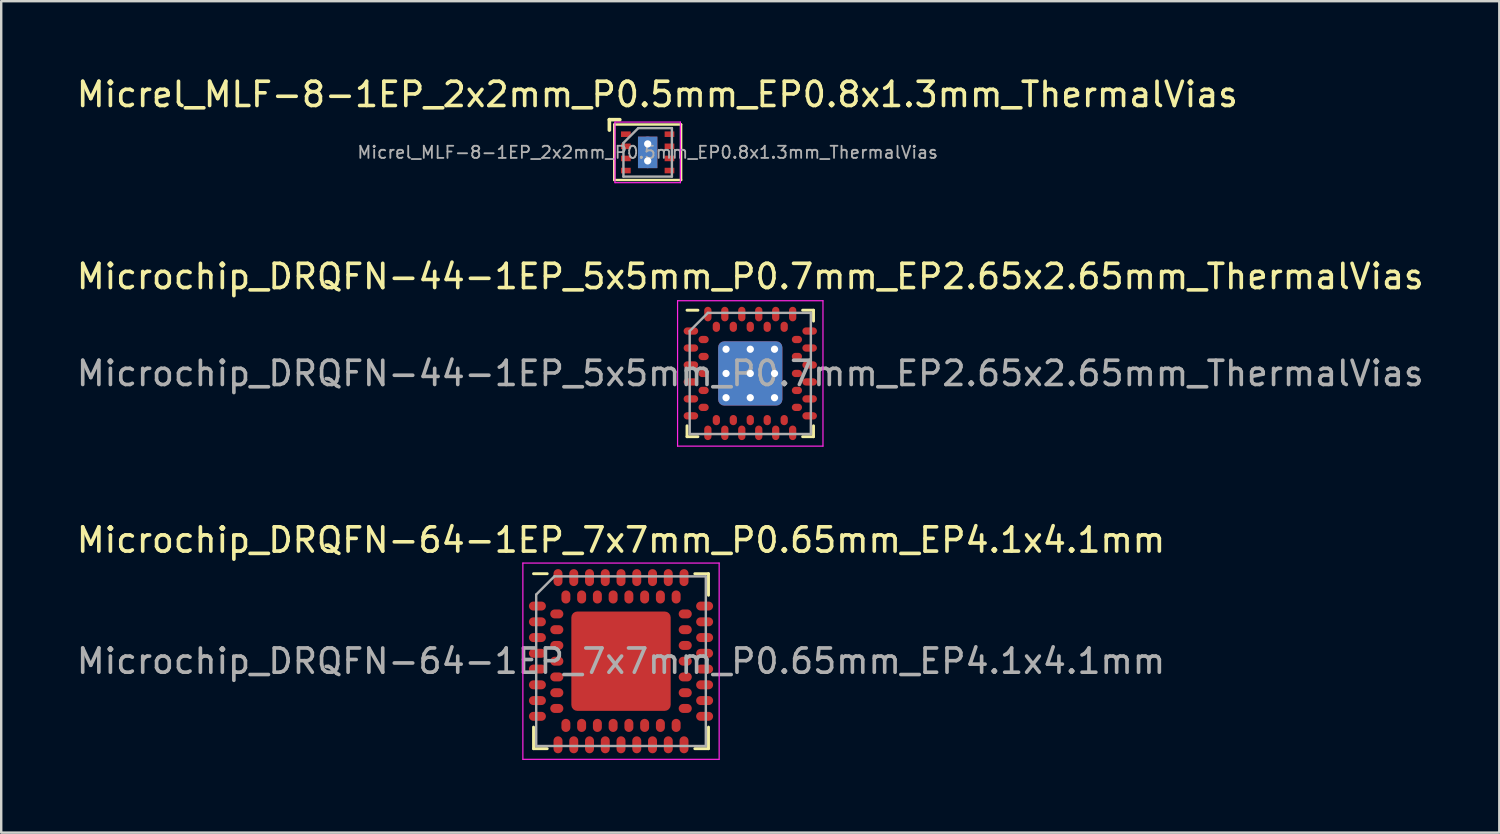
<source format=kicad_pcb>
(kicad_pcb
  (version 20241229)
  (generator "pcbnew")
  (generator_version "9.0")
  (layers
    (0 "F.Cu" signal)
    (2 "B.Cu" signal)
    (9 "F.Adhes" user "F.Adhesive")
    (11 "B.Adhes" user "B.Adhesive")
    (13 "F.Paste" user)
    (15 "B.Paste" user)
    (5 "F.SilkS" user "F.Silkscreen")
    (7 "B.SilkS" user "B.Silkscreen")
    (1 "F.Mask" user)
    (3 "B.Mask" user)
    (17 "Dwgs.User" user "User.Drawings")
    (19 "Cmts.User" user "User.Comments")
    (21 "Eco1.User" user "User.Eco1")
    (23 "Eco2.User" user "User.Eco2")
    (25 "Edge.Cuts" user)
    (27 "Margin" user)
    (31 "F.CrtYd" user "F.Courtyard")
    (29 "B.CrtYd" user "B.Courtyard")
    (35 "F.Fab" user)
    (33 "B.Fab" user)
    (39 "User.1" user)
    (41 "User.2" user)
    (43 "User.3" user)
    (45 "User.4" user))
  (footprint "Micrel_MLF-8-1EP_2x2mm_P0.5mm_EP0.8x1.3mm_ThermalVias"
    (layer "F.Cu")
    (at 23.677 3.238)
    (property "Reference" "Micrel_MLF-8-1EP_2x2mm_P0.5mm_EP0.8x1.3mm_ThermalVias" (at 0.4 -2.39 0) (layer "F.SilkS") (effects (font (size 1 1) (thickness 0.15))))
    (attr smd)
    (fp_line (start -1.58 -0.92) (end -1.58 -1.35) (stroke (width 0.15) (type solid)) (layer "F.SilkS"))
    (fp_line (start -1.38 -1.15) (end -1.38 1.14) (stroke (width 0.1) (type solid)) (layer "F.SilkS"))
    (fp_line (start -1.38 -1.15) (end 1.38 -1.15) (stroke (width 0.1) (type solid)) (layer "F.SilkS"))
    (fp_line (start -1.15 -1.35) (end -1.58 -1.35) (stroke (width 0.15) (type solid)) (layer "F.SilkS"))
    (fp_line (start 1.38 -1.15) (end 1.38 1.14) (stroke (width 0.1) (type solid)) (layer "F.SilkS"))
    (fp_line (start 1.38 1.14) (end -1.38 1.14) (stroke (width 0.1) (type solid)) (layer "F.SilkS"))
    (fp_line (start -1.35 -1.25) (end -1.35 1.25) (stroke (width 0.05) (type solid)) (layer "F.CrtYd"))
    (fp_line (start -1.35 -1.25) (end 1.35 -1.25) (stroke (width 0.05) (type solid)) (layer "F.CrtYd"))
    (fp_line (start 1.35 1.25) (end -1.35 1.25) (stroke (width 0.05) (type solid)) (layer "F.CrtYd"))
    (fp_line (start 1.35 1.25) (end 1.35 -1.25) (stroke (width 0.05) (type solid)) (layer "F.CrtYd"))
    (fp_line (start -1 -0.39) (end -0.39 -1) (stroke (width 0.1) (type solid)) (layer "F.Fab"))
    (fp_line (start -1 -0.38) (end -1 1) (stroke (width 0.1) (type solid)) (layer "F.Fab"))
    (fp_line (start -0.39 -1) (end 1 -1) (stroke (width 0.1) (type solid)) (layer "F.Fab"))
    (fp_line (start 1 1) (end -1 1) (stroke (width 0.1) (type solid)) (layer "F.Fab"))
    (fp_line (start 1 1) (end 1 -1) (stroke (width 0.1) (type solid)) (layer "F.Fab"))
    (fp_text user "${REFERENCE}" (at 0 0 0) (layer "F.Fab") (effects (font (size 0.5 0.5) (thickness 0.075))))
    (pad "" smd rect (at 0 -0.35) (size 0.55 0.55) (layers "F.Paste"))
    (pad "" smd rect (at 0 0.35) (size 0.55 0.55) (layers "F.Paste"))
    (pad "1" smd rect (at -0.9 -0.75) (size 0.4 0.23) (layers "F.Cu" "F.Mask" "F.Paste"))
    (pad "2" smd rect (at -0.9 -0.25) (size 0.4 0.23) (layers "F.Cu" "F.Mask" "F.Paste"))
    (pad "3" smd rect (at -0.9 0.25) (size 0.4 0.23) (layers "F.Cu" "F.Mask" "F.Paste"))
    (pad "4" smd rect (at -0.9 0.75) (size 0.4 0.23) (layers "F.Cu" "F.Mask" "F.Paste"))
    (pad "5" smd rect (at 0.9 0.75) (size 0.4 0.23) (layers "F.Cu" "F.Mask" "F.Paste"))
    (pad "6" smd rect (at 0.9 0.25) (size 0.4 0.23) (layers "F.Cu" "F.Mask" "F.Paste"))
    (pad "7" smd rect (at 0.9 -0.25) (size 0.4 0.23) (layers "F.Cu" "F.Mask" "F.Paste"))
    (pad "8" smd rect (at 0.9 -0.75) (size 0.4 0.23) (layers "F.Cu" "F.Mask" "F.Paste"))
    (pad "9" thru_hole circle (at 0 -0.35) (size 0.6 0.6) (drill 0.3) (layers "*.Cu"))
    (pad "9" smd rect (at 0 0) (size 0.8 1.3) (layers "F.Cu" "F.Mask"))
    (pad "9" smd rect (at 0 0) (size 0.8 1.3) (layers "B.Cu"))
    (pad "9" thru_hole circle (at 0 0.35) (size 0.6 0.6) (drill 0.3) (layers "*.Cu")))
  (footprint "Microchip_DRQFN-64-1EP_7x7mm_P0.65mm_EP4.1x4.1mm"
    (layer "F.Cu")
    (at 22.577 24.235)
    (property "Reference" "Microchip_DRQFN-64-1EP_7x7mm_P0.65mm_EP4.1x4.1mm" (at 0 -5 0) (layer "F.SilkS") (effects (font (size 1 1) (thickness 0.15))))
    (attr smd)
    (fp_line (start -3.61 3.61) (end -3.61 2.72) (stroke (width 0.12) (type solid)) (layer "F.SilkS"))
    (fp_line (start -3.045 -3.61) (end -3.61 -3.61) (stroke (width 0.12) (type solid)) (layer "F.SilkS"))
    (fp_line (start -3.045 3.61) (end -3.61 3.61) (stroke (width 0.12) (type solid)) (layer "F.SilkS"))
    (fp_line (start 3.045 -3.61) (end 3.61 -3.61) (stroke (width 0.12) (type solid)) (layer "F.SilkS"))
    (fp_line (start 3.61 -3.61) (end 3.61 -2.72) (stroke (width 0.12) (type solid)) (layer "F.SilkS"))
    (fp_line (start 3.61 2.72) (end 3.61 3.61) (stroke (width 0.12) (type solid)) (layer "F.SilkS"))
    (fp_line (start 3.61 3.61) (end 3.045 3.61) (stroke (width 0.12) (type solid)) (layer "F.SilkS"))
    (fp_line (start -4.05 -4.05) (end 4.05 -4.05) (stroke (width 0.05) (type solid)) (layer "F.CrtYd"))
    (fp_line (start -4.05 4.05) (end -4.05 -4.05) (stroke (width 0.05) (type solid)) (layer "F.CrtYd"))
    (fp_line (start 4.05 -4.05) (end 4.05 4.05) (stroke (width 0.05) (type solid)) (layer "F.CrtYd"))
    (fp_line (start 4.05 4.05) (end -4.05 4.05) (stroke (width 0.05) (type solid)) (layer "F.CrtYd"))
    (fp_line (start -3.5 -2.75) (end -2.75 -3.5) (stroke (width 0.1) (type solid)) (layer "F.Fab"))
    (fp_line (start -3.5 3.5) (end -3.5 -2.75) (stroke (width 0.1) (type solid)) (layer "F.Fab"))
    (fp_line (start -2.75 -3.5) (end 3.5 -3.5) (stroke (width 0.1) (type solid)) (layer "F.Fab"))
    (fp_line (start 3.5 -3.5) (end 3.5 3.5) (stroke (width 0.1) (type solid)) (layer "F.Fab"))
    (fp_line (start 3.5 3.5) (end -3.5 3.5) (stroke (width 0.1) (type solid)) (layer "F.Fab"))
    (fp_text user "${REFERENCE}" (at 0 0 0) (layer "F.Fab") (effects (font (size 1 1) (thickness 0.15))))
    (pad "" smd roundrect (at -1.3 -1.3) (size 1.15 1.15) (layers "F.Paste") (roundrect_rratio 0.1))
    (pad "" smd roundrect (at -1.3 0) (size 1.15 1.15) (layers "F.Paste") (roundrect_rratio 0.1))
    (pad "" smd roundrect (at -1.3 1.3) (size 1.15 1.15) (layers "F.Paste") (roundrect_rratio 0.1))
    (pad "" smd roundrect (at 0 -1.3) (size 1.15 1.15) (layers "F.Paste") (roundrect_rratio 0.1))
    (pad "" smd roundrect (at 0 0) (size 1.15 1.15) (layers "F.Paste") (roundrect_rratio 0.1))
    (pad "" smd roundrect (at 0 1.3) (size 1.15 1.15) (layers "F.Paste") (roundrect_rratio 0.1))
    (pad "" smd roundrect (at 1.3 -1.3) (size 1.15 1.15) (layers "F.Paste") (roundrect_rratio 0.1))
    (pad "" smd roundrect (at 1.3 0) (size 1.15 1.15) (layers "F.Paste") (roundrect_rratio 0.1))
    (pad "" smd roundrect (at 1.3 1.3) (size 1.15 1.15) (layers "F.Paste") (roundrect_rratio 0.1))
    (pad "A1" smd oval (at -3.45 -2.275) (size 0.7 0.37) (layers "F.Cu" "F.Mask" "F.Paste"))
    (pad "A2" smd oval (at -3.45 -1.625) (size 0.7 0.37) (layers "F.Cu" "F.Mask" "F.Paste"))
    (pad "A3" smd oval (at -3.45 -0.975) (size 0.7 0.37) (layers "F.Cu" "F.Mask" "F.Paste"))
    (pad "A4" smd oval (at -3.45 -0.325) (size 0.7 0.37) (layers "F.Cu" "F.Mask" "F.Paste"))
    (pad "A5" smd oval (at -3.45 0.325) (size 0.7 0.37) (layers "F.Cu" "F.Mask" "F.Paste"))
    (pad "A6" smd oval (at -3.45 0.975) (size 0.7 0.37) (layers "F.Cu" "F.Mask" "F.Paste"))
    (pad "A7" smd oval (at -3.45 1.625) (size 0.7 0.37) (layers "F.Cu" "F.Mask" "F.Paste"))
    (pad "A8" smd oval (at -3.45 2.275) (size 0.7 0.37) (layers "F.Cu" "F.Mask" "F.Paste"))
    (pad "A9" smd oval (at -2.6 3.45) (size 0.37 0.7) (layers "F.Cu" "F.Mask" "F.Paste"))
    (pad "A10" smd oval (at -1.95 3.45) (size 0.37 0.7) (layers "F.Cu" "F.Mask" "F.Paste"))
    (pad "A11" smd oval (at -1.3 3.45) (size 0.37 0.7) (layers "F.Cu" "F.Mask" "F.Paste"))
    (pad "A12" smd oval (at -0.65 3.45) (size 0.37 0.7) (layers "F.Cu" "F.Mask" "F.Paste"))
    (pad "A13" smd oval (at 0 3.45) (size 0.37 0.7) (layers "F.Cu" "F.Mask" "F.Paste"))
    (pad "A14" smd oval (at 0.65 3.45) (size 0.37 0.7) (layers "F.Cu" "F.Mask" "F.Paste"))
    (pad "A15" smd oval (at 1.3 3.45) (size 0.37 0.7) (layers "F.Cu" "F.Mask" "F.Paste"))
    (pad "A16" smd oval (at 1.95 3.45) (size 0.37 0.7) (layers "F.Cu" "F.Mask" "F.Paste"))
    (pad "A17" smd oval (at 2.6 3.45) (size 0.37 0.7) (layers "F.Cu" "F.Mask" "F.Paste"))
    (pad "A18" smd oval (at 3.45 2.275) (size 0.7 0.37) (layers "F.Cu" "F.Mask" "F.Paste"))
    (pad "A19" smd oval (at 3.45 1.625) (size 0.7 0.37) (layers "F.Cu" "F.Mask" "F.Paste"))
    (pad "A20" smd oval (at 3.45 0.975) (size 0.7 0.37) (layers "F.Cu" "F.Mask" "F.Paste"))
    (pad "A21" smd oval (at 3.45 0.325) (size 0.7 0.37) (layers "F.Cu" "F.Mask" "F.Paste"))
    (pad "A22" smd oval (at 3.45 -0.325) (size 0.7 0.37) (layers "F.Cu" "F.Mask" "F.Paste"))
    (pad "A23" smd oval (at 3.45 -0.975) (size 0.7 0.37) (layers "F.Cu" "F.Mask" "F.Paste"))
    (pad "A24" smd oval (at 3.45 -1.625) (size 0.7 0.37) (layers "F.Cu" "F.Mask" "F.Paste"))
    (pad "A25" smd oval (at 3.45 -2.275) (size 0.7 0.37) (layers "F.Cu" "F.Mask" "F.Paste"))
    (pad "A26" smd oval (at 2.6 -3.45) (size 0.37 0.7) (layers "F.Cu" "F.Mask" "F.Paste"))
    (pad "A27" smd oval (at 1.95 -3.45) (size 0.37 0.7) (layers "F.Cu" "F.Mask" "F.Paste"))
    (pad "A28" smd oval (at 1.3 -3.45) (size 0.37 0.7) (layers "F.Cu" "F.Mask" "F.Paste"))
    (pad "A29" smd oval (at 0.65 -3.45) (size 0.37 0.7) (layers "F.Cu" "F.Mask" "F.Paste"))
    (pad "A30" smd oval (at 0 -3.45) (size 0.37 0.7) (layers "F.Cu" "F.Mask" "F.Paste"))
    (pad "A31" smd oval (at -0.65 -3.45) (size 0.37 0.7) (layers "F.Cu" "F.Mask" "F.Paste"))
    (pad "A32" smd oval (at -1.3 -3.45) (size 0.37 0.7) (layers "F.Cu" "F.Mask" "F.Paste"))
    (pad "A33" smd oval (at -1.95 -3.45) (size 0.37 0.7) (layers "F.Cu" "F.Mask" "F.Paste"))
    (pad "A34" smd oval (at -2.6 -3.45) (size 0.37 0.7) (layers "F.Cu" "F.Mask" "F.Paste"))
    (pad "B1" smd oval (at -2.65 -1.95) (size 0.54 0.37) (layers "F.Cu" "F.Mask" "F.Paste"))
    (pad "B2" smd oval (at -2.65 -1.3) (size 0.54 0.37) (layers "F.Cu" "F.Mask" "F.Paste"))
    (pad "B3" smd oval (at -2.65 -0.65) (size 0.54 0.37) (layers "F.Cu" "F.Mask" "F.Paste"))
    (pad "B4" smd oval (at -2.65 0) (size 0.54 0.37) (layers "F.Cu" "F.Mask" "F.Paste"))
    (pad "B5" smd oval (at -2.65 0.65) (size 0.54 0.37) (layers "F.Cu" "F.Mask" "F.Paste"))
    (pad "B6" smd oval (at -2.65 1.3) (size 0.54 0.37) (layers "F.Cu" "F.Mask" "F.Paste"))
    (pad "B7" smd oval (at -2.65 1.95) (size 0.54 0.37) (layers "F.Cu" "F.Mask" "F.Paste"))
    (pad "B8" smd oval (at -2.275 2.65) (size 0.37 0.54) (layers "F.Cu" "F.Mask" "F.Paste"))
    (pad "B9" smd oval (at -1.625 2.65) (size 0.37 0.54) (layers "F.Cu" "F.Mask" "F.Paste"))
    (pad "B10" smd oval (at -0.975 2.65) (size 0.37 0.54) (layers "F.Cu" "F.Mask" "F.Paste"))
    (pad "B11" smd oval (at -0.325 2.65) (size 0.37 0.54) (layers "F.Cu" "F.Mask" "F.Paste"))
    (pad "B12" smd oval (at 0.325 2.65) (size 0.37 0.54) (layers "F.Cu" "F.Mask" "F.Paste"))
    (pad "B13" smd oval (at 0.975 2.65) (size 0.37 0.54) (layers "F.Cu" "F.Mask" "F.Paste"))
    (pad "B14" smd oval (at 1.625 2.65) (size 0.37 0.54) (layers "F.Cu" "F.Mask" "F.Paste"))
    (pad "B15" smd oval (at 2.275 2.65) (size 0.37 0.54) (layers "F.Cu" "F.Mask" "F.Paste"))
    (pad "B16" smd oval (at 2.65 1.95) (size 0.54 0.37) (layers "F.Cu" "F.Mask" "F.Paste"))
    (pad "B17" smd oval (at 2.65 1.3) (size 0.54 0.37) (layers "F.Cu" "F.Mask" "F.Paste"))
    (pad "B18" smd oval (at 2.65 0.65) (size 0.54 0.37) (layers "F.Cu" "F.Mask" "F.Paste"))
    (pad "B19" smd oval (at 2.65 0) (size 0.54 0.37) (layers "F.Cu" "F.Mask" "F.Paste"))
    (pad "B20" smd oval (at 2.65 -0.65) (size 0.54 0.37) (layers "F.Cu" "F.Mask" "F.Paste"))
    (pad "B21" smd oval (at 2.65 -1.3) (size 0.54 0.37) (layers "F.Cu" "F.Mask" "F.Paste"))
    (pad "B22" smd oval (at 2.65 -1.95) (size 0.54 0.37) (layers "F.Cu" "F.Mask" "F.Paste"))
    (pad "B23" smd oval (at 2.275 -2.65) (size 0.37 0.54) (layers "F.Cu" "F.Mask" "F.Paste"))
    (pad "B24" smd oval (at 1.625 -2.65) (size 0.37 0.54) (layers "F.Cu" "F.Mask" "F.Paste"))
    (pad "B25" smd oval (at 0.975 -2.65) (size 0.37 0.54) (layers "F.Cu" "F.Mask" "F.Paste"))
    (pad "B26" smd oval (at 0.325 -2.65) (size 0.37 0.54) (layers "F.Cu" "F.Mask" "F.Paste"))
    (pad "B27" smd oval (at -0.325 -2.65) (size 0.37 0.54) (layers "F.Cu" "F.Mask" "F.Paste"))
    (pad "B28" smd oval (at -0.975 -2.65) (size 0.37 0.54) (layers "F.Cu" "F.Mask" "F.Paste"))
    (pad "B29" smd oval (at -1.625 -2.65) (size 0.37 0.54) (layers "F.Cu" "F.Mask" "F.Paste"))
    (pad "B30" smd oval (at -2.275 -2.65) (size 0.37 0.54) (layers "F.Cu" "F.Mask" "F.Paste"))
    (pad "EP" smd roundrect (at 0 0) (size 4.1 4.1) (layers "F.Cu" "F.Mask") (roundrect_rratio 0.06)))
  (footprint "Microchip_DRQFN-44-1EP_5x5mm_P0.7mm_EP2.65x2.65mm_ThermalVias"
    (layer "F.Cu")
    (at 27.911 12.361)
    (property "Reference" "Microchip_DRQFN-44-1EP_5x5mm_P0.7mm_EP2.65x2.65mm_ThermalVias" (at 0 -4 0) (layer "F.SilkS") (effects (font (size 1 1) (thickness 0.15))))
    (attr smd)
    (fp_line (start -2.61 2.61) (end -2.61 2.16) (stroke (width 0.12) (type solid)) (layer "F.SilkS"))
    (fp_line (start -2.16 -2.61) (end -2.61 -2.61) (stroke (width 0.12) (type solid)) (layer "F.SilkS"))
    (fp_line (start -2.16 2.61) (end -2.61 2.61) (stroke (width 0.12) (type solid)) (layer "F.SilkS"))
    (fp_line (start 2.16 -2.61) (end 2.61 -2.61) (stroke (width 0.12) (type solid)) (layer "F.SilkS"))
    (fp_line (start 2.61 -2.61) (end 2.61 -2.16) (stroke (width 0.12) (type solid)) (layer "F.SilkS"))
    (fp_line (start 2.61 2.16) (end 2.61 2.61) (stroke (width 0.12) (type solid)) (layer "F.SilkS"))
    (fp_line (start 2.61 2.61) (end 2.16 2.61) (stroke (width 0.12) (type solid)) (layer "F.SilkS"))
    (fp_line (start -3 -3) (end 3 -3) (stroke (width 0.05) (type solid)) (layer "F.CrtYd"))
    (fp_line (start -3 3) (end -3 -3) (stroke (width 0.05) (type solid)) (layer "F.CrtYd"))
    (fp_line (start 3 -3) (end 3 3) (stroke (width 0.05) (type solid)) (layer "F.CrtYd"))
    (fp_line (start 3 3) (end -3 3) (stroke (width 0.05) (type solid)) (layer "F.CrtYd"))
    (fp_line (start -2.5 -1.75) (end -1.75 -2.5) (stroke (width 0.1) (type solid)) (layer "F.Fab"))
    (fp_line (start -2.5 2.5) (end -2.5 -1.75) (stroke (width 0.1) (type solid)) (layer "F.Fab"))
    (fp_line (start -1.75 -2.5) (end 2.5 -2.5) (stroke (width 0.1) (type solid)) (layer "F.Fab"))
    (fp_line (start 2.5 -2.5) (end 2.5 2.5) (stroke (width 0.1) (type solid)) (layer "F.Fab"))
    (fp_line (start 2.5 2.5) (end -2.5 2.5) (stroke (width 0.1) (type solid)) (layer "F.Fab"))
    (fp_text user "${REFERENCE}" (at 0 0 0) (layer "F.Fab") (effects (font (size 1 1) (thickness 0.15))))
    (pad "" smd roundrect (at -0.5 -0.5) (size 0.85 0.85) (layers "F.Paste") (roundrect_rratio 0.25))
    (pad "" smd roundrect (at -0.5 0.5) (size 0.85 0.85) (layers "F.Paste") (roundrect_rratio 0.25))
    (pad "" smd roundrect (at 0.5 -0.5) (size 0.85 0.85) (layers "F.Paste") (roundrect_rratio 0.25))
    (pad "" smd roundrect (at 0.5 0.5) (size 0.85 0.85) (layers "F.Paste") (roundrect_rratio 0.25))
    (pad "A1" smd oval (at -2.45 -1.75) (size 0.6 0.3) (layers "F.Cu" "F.Mask" "F.Paste"))
    (pad "A2" smd oval (at -2.45 -1.05) (size 0.6 0.3) (layers "F.Cu" "F.Mask" "F.Paste"))
    (pad "A3" smd oval (at -2.45 -0.35) (size 0.6 0.3) (layers "F.Cu" "F.Mask" "F.Paste"))
    (pad "A4" smd oval (at -2.45 0.35) (size 0.6 0.3) (layers "F.Cu" "F.Mask" "F.Paste"))
    (pad "A5" smd oval (at -2.45 1.05) (size 0.6 0.3) (layers "F.Cu" "F.Mask" "F.Paste"))
    (pad "A6" smd oval (at -2.45 1.75) (size 0.6 0.3) (layers "F.Cu" "F.Mask" "F.Paste"))
    (pad "A7" smd oval (at -1.75 2.45) (size 0.3 0.6) (layers "F.Cu" "F.Mask" "F.Paste"))
    (pad "A8" smd oval (at -1.05 2.45) (size 0.3 0.6) (layers "F.Cu" "F.Mask" "F.Paste"))
    (pad "A9" smd oval (at -0.35 2.45) (size 0.3 0.6) (layers "F.Cu" "F.Mask" "F.Paste"))
    (pad "A10" smd oval (at 0.35 2.45) (size 0.3 0.6) (layers "F.Cu" "F.Mask" "F.Paste"))
    (pad "A11" smd oval (at 1.05 2.45) (size 0.3 0.6) (layers "F.Cu" "F.Mask" "F.Paste"))
    (pad "A12" smd oval (at 1.75 2.45) (size 0.3 0.6) (layers "F.Cu" "F.Mask" "F.Paste"))
    (pad "A13" smd oval (at 2.45 1.75) (size 0.6 0.3) (layers "F.Cu" "F.Mask" "F.Paste"))
    (pad "A14" smd oval (at 2.45 1.05) (size 0.6 0.3) (layers "F.Cu" "F.Mask" "F.Paste"))
    (pad "A15" smd oval (at 2.45 0.35) (size 0.6 0.3) (layers "F.Cu" "F.Mask" "F.Paste"))
    (pad "A16" smd oval (at 2.45 -0.35) (size 0.6 0.3) (layers "F.Cu" "F.Mask" "F.Paste"))
    (pad "A17" smd oval (at 2.45 -1.05) (size 0.6 0.3) (layers "F.Cu" "F.Mask" "F.Paste"))
    (pad "A18" smd oval (at 2.45 -1.75) (size 0.6 0.3) (layers "F.Cu" "F.Mask" "F.Paste"))
    (pad "A19" smd oval (at 1.75 -2.45) (size 0.3 0.6) (layers "F.Cu" "F.Mask" "F.Paste"))
    (pad "A20" smd oval (at 1.05 -2.45) (size 0.3 0.6) (layers "F.Cu" "F.Mask" "F.Paste"))
    (pad "A21" smd oval (at 0.35 -2.45) (size 0.3 0.6) (layers "F.Cu" "F.Mask" "F.Paste"))
    (pad "A22" smd oval (at -0.35 -2.45) (size 0.3 0.6) (layers "F.Cu" "F.Mask" "F.Paste"))
    (pad "A23" smd oval (at -1.05 -2.45) (size 0.3 0.6) (layers "F.Cu" "F.Mask" "F.Paste"))
    (pad "A24" smd oval (at -1.75 -2.45) (size 0.3 0.6) (layers "F.Cu" "F.Mask" "F.Paste"))
    (pad "B1" smd oval (at -1.925 -1.4) (size 0.42 0.3) (layers "F.Cu" "F.Mask" "F.Paste"))
    (pad "B2" smd oval (at -1.925 -0.7) (size 0.42 0.3) (layers "F.Cu" "F.Mask" "F.Paste"))
    (pad "B3" smd oval (at -1.925 0) (size 0.42 0.3) (layers "F.Cu" "F.Mask" "F.Paste"))
    (pad "B4" smd oval (at -1.925 0.7) (size 0.42 0.3) (layers "F.Cu" "F.Mask" "F.Paste"))
    (pad "B5" smd oval (at -1.925 1.4) (size 0.42 0.3) (layers "F.Cu" "F.Mask" "F.Paste"))
    (pad "B6" smd oval (at -1.4 1.925) (size 0.3 0.42) (layers "F.Cu" "F.Mask" "F.Paste"))
    (pad "B7" smd oval (at -0.7 1.925) (size 0.3 0.42) (layers "F.Cu" "F.Mask" "F.Paste"))
    (pad "B8" smd oval (at 0 1.925) (size 0.3 0.42) (layers "F.Cu" "F.Mask" "F.Paste"))
    (pad "B9" smd oval (at 0.7 1.925) (size 0.3 0.42) (layers "F.Cu" "F.Mask" "F.Paste"))
    (pad "B10" smd oval (at 1.4 1.925) (size 0.3 0.42) (layers "F.Cu" "F.Mask" "F.Paste"))
    (pad "B11" smd oval (at 1.925 1.4) (size 0.42 0.3) (layers "F.Cu" "F.Mask" "F.Paste"))
    (pad "B12" smd oval (at 1.925 0.7) (size 0.42 0.3) (layers "F.Cu" "F.Mask" "F.Paste"))
    (pad "B13" smd oval (at 1.925 0) (size 0.42 0.3) (layers "F.Cu" "F.Mask" "F.Paste"))
    (pad "B14" smd oval (at 1.925 -0.7) (size 0.42 0.3) (layers "F.Cu" "F.Mask" "F.Paste"))
    (pad "B15" smd oval (at 1.925 -1.4) (size 0.42 0.3) (layers "F.Cu" "F.Mask" "F.Paste"))
    (pad "B16" smd oval (at 1.4 -1.925) (size 0.3 0.42) (layers "F.Cu" "F.Mask" "F.Paste"))
    (pad "B17" smd oval (at 0.7 -1.925) (size 0.3 0.42) (layers "F.Cu" "F.Mask" "F.Paste"))
    (pad "B18" smd oval (at 0 -1.925) (size 0.3 0.42) (layers "F.Cu" "F.Mask" "F.Paste"))
    (pad "B19" smd oval (at -0.7 -1.925) (size 0.3 0.42) (layers "F.Cu" "F.Mask" "F.Paste"))
    (pad "B20" smd oval (at -1.4 -1.925) (size 0.3 0.42) (layers "F.Cu" "F.Mask" "F.Paste"))
    (pad "EP" thru_hole circle (at -1 -1) (size 0.6 0.6) (drill 0.3) (layers "*.Cu"))
    (pad "EP" thru_hole circle (at -1 0) (size 0.6 0.6) (drill 0.3) (layers "*.Cu"))
    (pad "EP" thru_hole circle (at -1 1) (size 0.6 0.6) (drill 0.3) (layers "*.Cu"))
    (pad "EP" thru_hole circle (at 0 -1) (size 0.6 0.6) (drill 0.3) (layers "*.Cu"))
    (pad "EP" thru_hole circle (at 0 0) (size 0.6 0.6) (drill 0.3) (layers "*.Cu"))
    (pad "EP" smd roundrect (at 0 0) (size 2.65 2.65) (layers "F.Cu" "F.Mask") (roundrect_rratio 0.094))
    (pad "EP" smd roundrect (at 0 0) (size 2.65 2.65) (layers "B.Cu") (roundrect_rratio 0.094))
    (pad "EP" thru_hole circle (at 0 1) (size 0.6 0.6) (drill 0.3) (layers "*.Cu"))
    (pad "EP" thru_hole circle (at 1 -1) (size 0.6 0.6) (drill 0.3) (layers "*.Cu"))
    (pad "EP" thru_hole circle (at 1 0) (size 0.6 0.6) (drill 0.3) (layers "*.Cu"))
    (pad "EP" thru_hole circle (at 1 1) (size 0.6 0.6) (drill 0.3) (layers "*.Cu")))
  (gr_rect
    (start -3 -3)
    (end 58.821 31.31)
    (stroke (width 0.1) (type default))
    (fill no)
    (layer "Edge.Cuts")))
</source>
